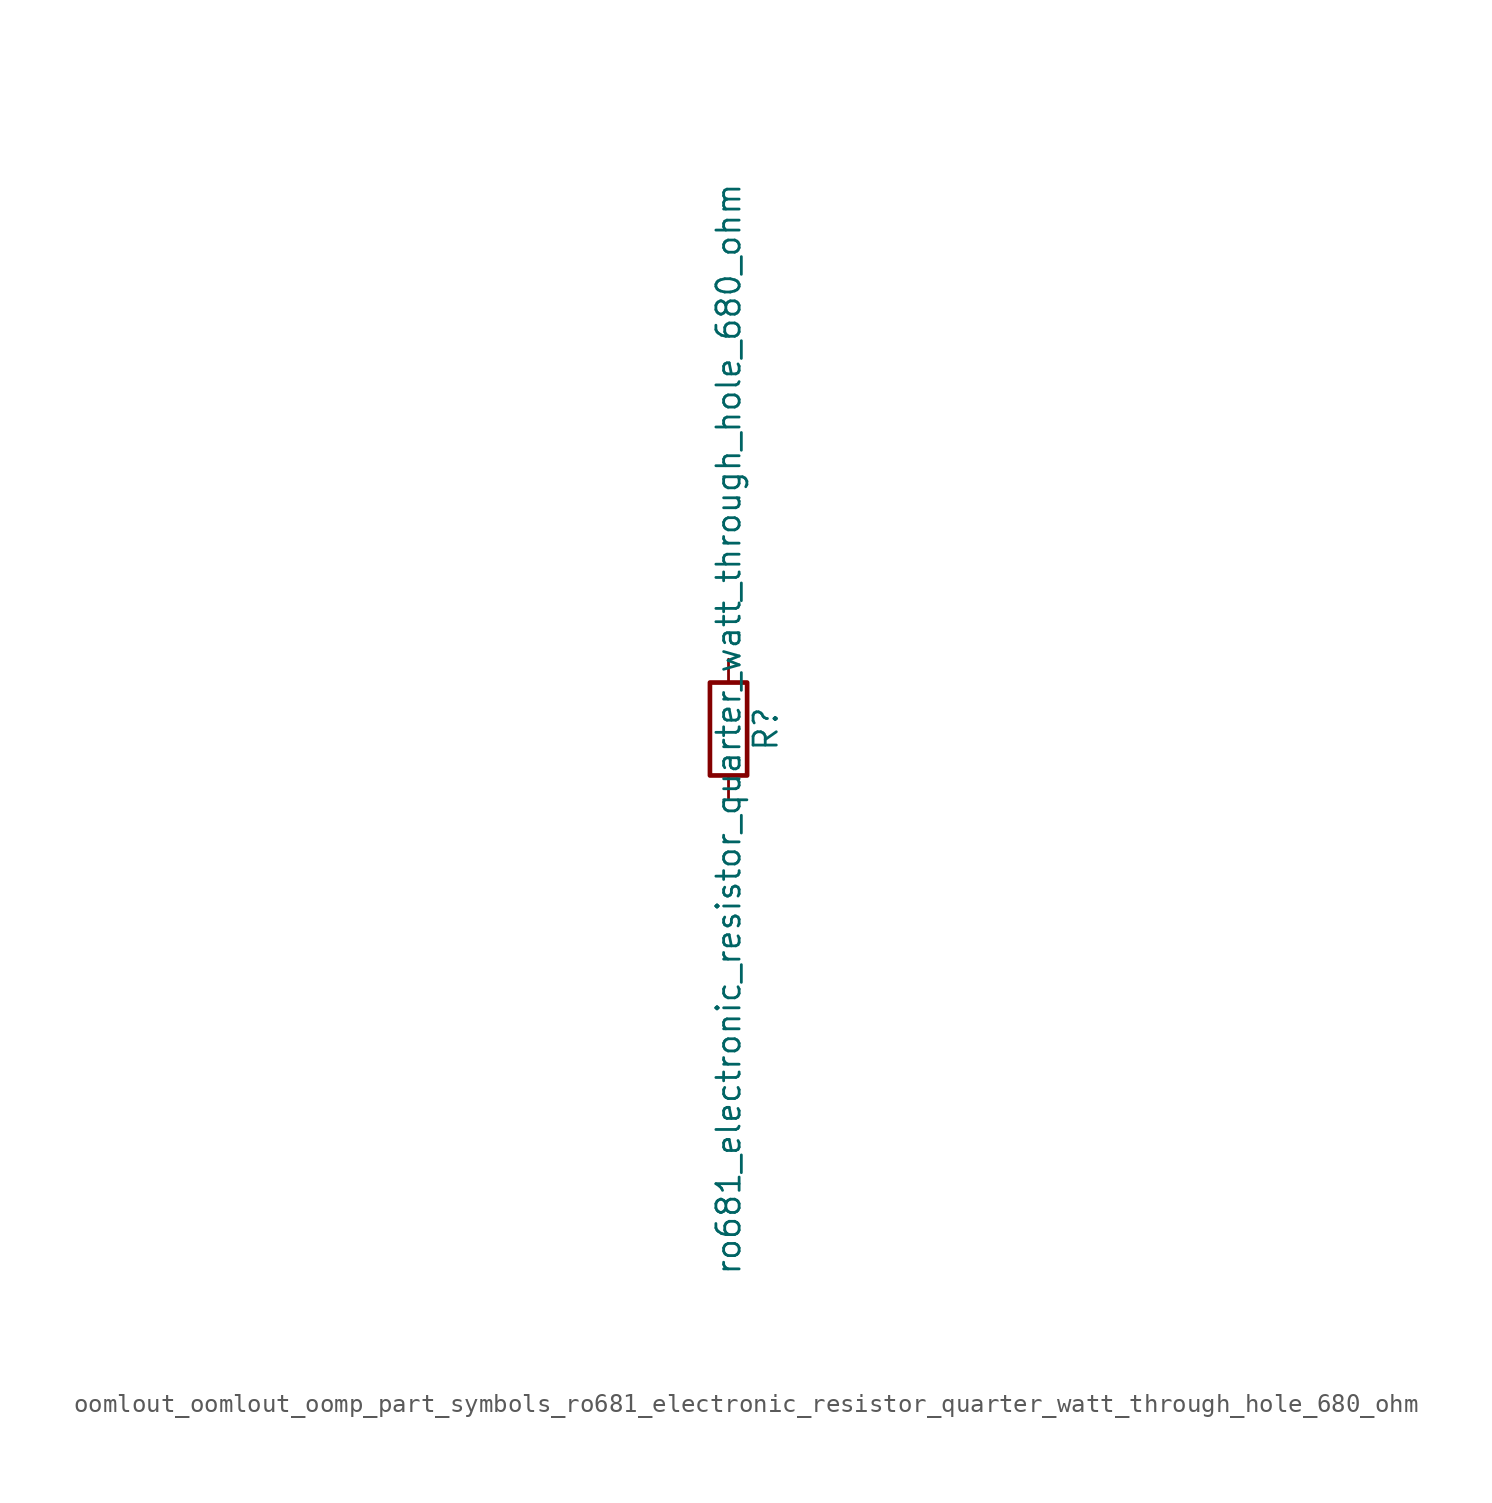
<source format=kicad_sym>
(kicad_symbol_lib
  (version 20220914)
  (generator kicad_symbol_editor)
  (symbol "oomlout_oomlout_oomp_part_symbols_ro681_electronic_resistor_quarter_watt_through_hole_680_ohm"
    (pin_numbers hide)
    (pin_names
      (offset 0))
    (property "Reference" "R"
      (at 2.032 0 90)
      (effects (font (size 1.27 1.27))))
    (property "Value" "ro681_electronic_resistor_quarter_watt_through_hole_680_ohm"
      (at 0 0 90)
      (effects (font (size 1.27 1.27))))
    (symbol "oomlout_oomlout_oomp_part_symbols_ro681_electronic_resistor_quarter_watt_through_hole_680_ohm_0_1"
      (rectangle (start -1.016 -2.54) (end 1.016 2.54) (stroke (width 0.254) (type default)) (fill (type none))))
    (symbol "oomlout_oomlout_oomp_part_symbols_ro681_electronic_resistor_quarter_watt_through_hole_680_ohm_1_1"
      (pin passive line (at 0 3.81 270) (length 1.27) (name "~" (effects (font (size 1.27 1.27)))) (number "1" (effects (font (size 1.27 1.27)))))
      (pin passive line (at 0 -3.81 90) (length 1.27) (name "~" (effects (font (size 1.27 1.27)))) (number "2" (effects (font (size 1.27 1.27))))))))
</source>
